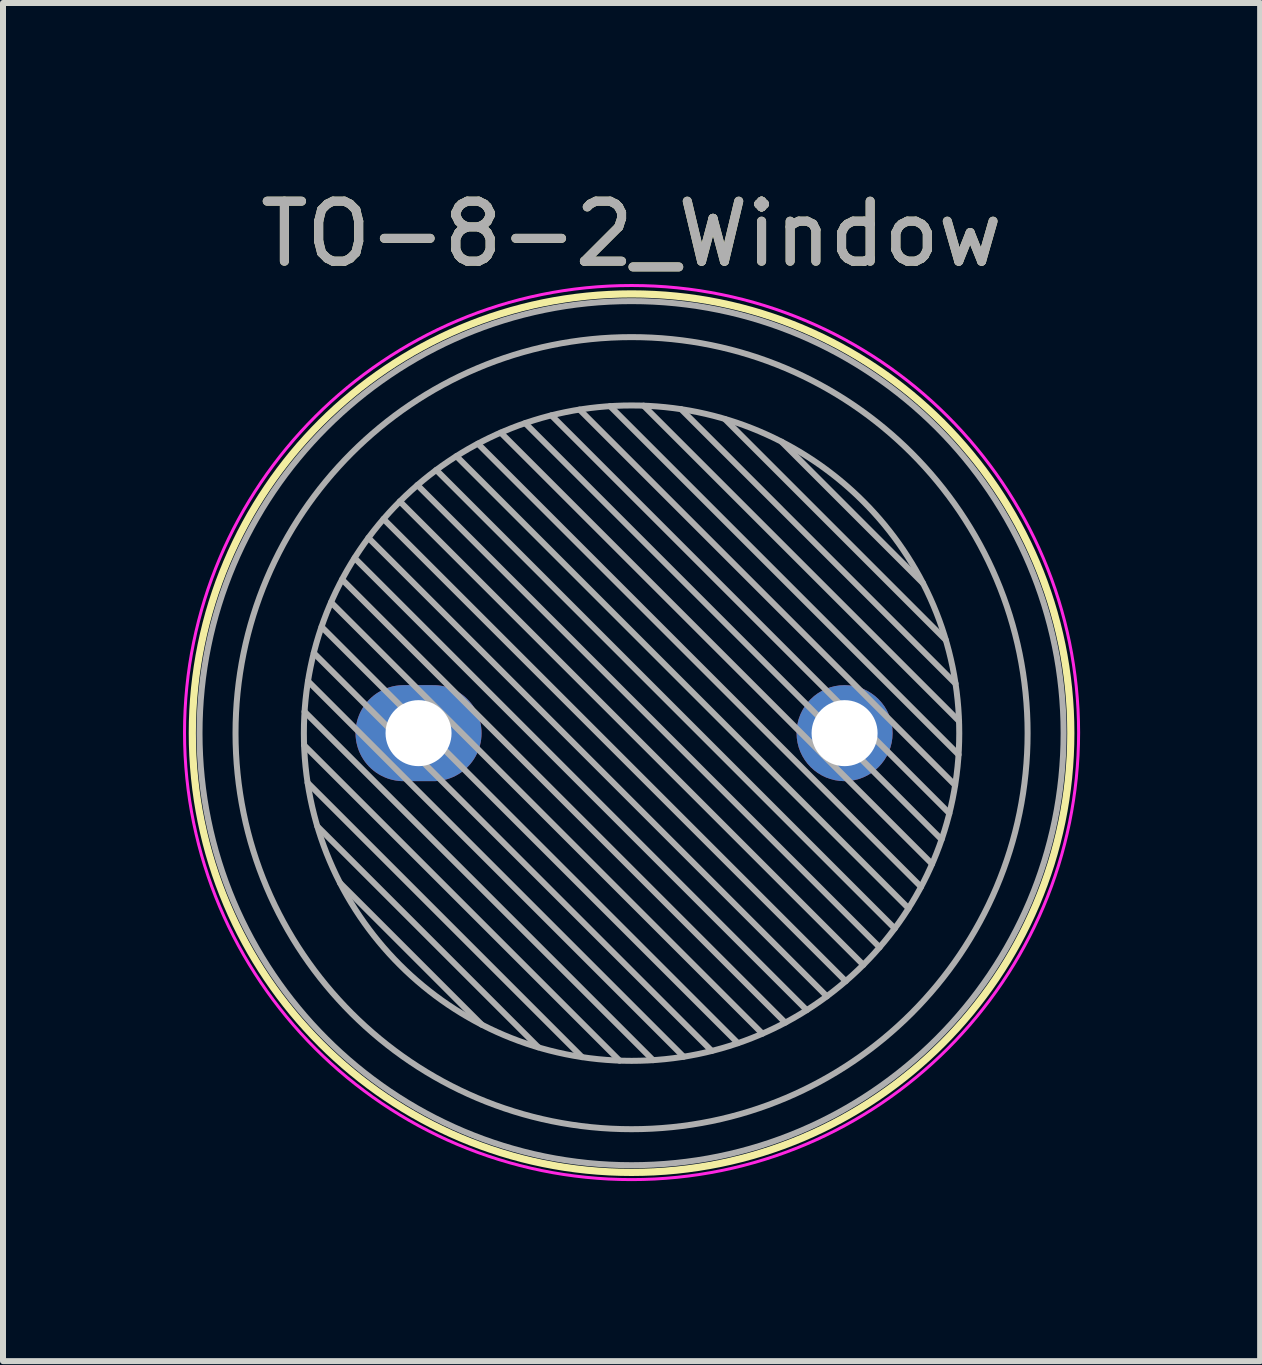
<source format=kicad_pcb>
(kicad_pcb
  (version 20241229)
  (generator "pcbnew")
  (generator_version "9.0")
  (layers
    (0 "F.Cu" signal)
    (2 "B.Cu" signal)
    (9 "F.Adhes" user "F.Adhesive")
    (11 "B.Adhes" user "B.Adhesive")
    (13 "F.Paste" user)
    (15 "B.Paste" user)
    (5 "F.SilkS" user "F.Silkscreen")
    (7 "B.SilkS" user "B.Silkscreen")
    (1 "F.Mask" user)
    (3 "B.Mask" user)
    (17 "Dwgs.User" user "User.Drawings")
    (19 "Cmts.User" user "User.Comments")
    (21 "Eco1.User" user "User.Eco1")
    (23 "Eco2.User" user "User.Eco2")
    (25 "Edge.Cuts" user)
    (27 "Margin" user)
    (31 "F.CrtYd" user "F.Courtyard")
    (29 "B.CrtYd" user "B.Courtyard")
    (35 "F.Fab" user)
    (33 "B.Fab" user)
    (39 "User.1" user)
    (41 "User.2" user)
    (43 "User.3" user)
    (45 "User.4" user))
  (footprint "TO-8-2_Window"
    (layer "F.Cu")
    (at 3.925 9.168)
    (property "Reference" "TO-8-2_Window" (at 3.55 -8.32 0) (layer "F.SilkS") (effects (font (size 1 1) (thickness 0.15))))
    (attr through_hole)
    (fp_circle (center 3.55 0) (end 10.87 0) (stroke (width 0.12) (type solid)) (fill no) (layer "F.SilkS"))
    (fp_circle (center 3.55 -0.01) (end 11 -0.01) (stroke (width 0.05) (type solid)) (fill no) (layer "F.CrtYd"))
    (fp_line (start -1.908 0.2) (end 3.35 5.458) (stroke (width 0.1) (type solid)) (layer "F.Fab"))
    (fp_line (start -1.9 -0.359) (end 3.909 5.45) (stroke (width 0.1) (type solid)) (layer "F.Fab"))
    (fp_line (start -1.849 0.825) (end 2.725 5.399) (stroke (width 0.1) (type solid)) (layer "F.Fab"))
    (fp_line (start -1.842 -0.867) (end 4.417 5.392) (stroke (width 0.1) (type solid)) (layer "F.Fab"))
    (fp_line (start -1.746 -1.336) (end 4.886 5.296) (stroke (width 0.1) (type solid)) (layer "F.Fab"))
    (fp_line (start -1.686 1.553) (end 1.997 5.236) (stroke (width 0.1) (type solid)) (layer "F.Fab"))
    (fp_line (start -1.616 -1.772) (end 5.322 5.166) (stroke (width 0.1) (type solid)) (layer "F.Fab"))
    (fp_line (start -1.458 -2.18) (end 5.73 5.008) (stroke (width 0.1) (type solid)) (layer "F.Fab"))
    (fp_line (start -1.307 2.498) (end 1.052 4.857) (stroke (width 0.1) (type solid)) (layer "F.Fab"))
    (fp_line (start -1.274 -2.561) (end 6.111 4.824) (stroke (width 0.1) (type solid)) (layer "F.Fab"))
    (fp_line (start -1.066 -2.919) (end 6.469 4.616) (stroke (width 0.1) (type solid)) (layer "F.Fab"))
    (fp_line (start -0.836 -3.255) (end 6.805 4.386) (stroke (width 0.1) (type solid)) (layer "F.Fab"))
    (fp_line (start -0.584 -3.569) (end 7.119 4.134) (stroke (width 0.1) (type solid)) (layer "F.Fab"))
    (fp_line (start -0.312 -3.862) (end 7.412 3.862) (stroke (width 0.1) (type solid)) (layer "F.Fab"))
    (fp_line (start -0.019 -4.134) (end 7.684 3.569) (stroke (width 0.1) (type solid)) (layer "F.Fab"))
    (fp_line (start 0.295 -4.386) (end 7.936 3.255) (stroke (width 0.1) (type solid)) (layer "F.Fab"))
    (fp_line (start 0.631 -4.616) (end 8.166 2.919) (stroke (width 0.1) (type solid)) (layer "F.Fab"))
    (fp_line (start 0.989 -4.824) (end 8.374 2.561) (stroke (width 0.1) (type solid)) (layer "F.Fab"))
    (fp_line (start 1.37 -5.008) (end 8.558 2.18) (stroke (width 0.1) (type solid)) (layer "F.Fab"))
    (fp_line (start 1.778 -5.166) (end 8.716 1.772) (stroke (width 0.1) (type solid)) (layer "F.Fab"))
    (fp_line (start 2.214 -5.296) (end 8.846 1.336) (stroke (width 0.1) (type solid)) (layer "F.Fab"))
    (fp_line (start 2.683 -5.392) (end 8.942 0.867) (stroke (width 0.1) (type solid)) (layer "F.Fab"))
    (fp_line (start 3.191 -5.45) (end 9 0.359) (stroke (width 0.1) (type solid)) (layer "F.Fab"))
    (fp_line (start 3.75 -5.458) (end 9.008 -0.2) (stroke (width 0.1) (type solid)) (layer "F.Fab"))
    (fp_line (start 4.375 -5.399) (end 8.949 -0.825) (stroke (width 0.1) (type solid)) (layer "F.Fab"))
    (fp_line (start 5.103 -5.236) (end 8.786 -1.553) (stroke (width 0.1) (type solid)) (layer "F.Fab"))
    (fp_line (start 6.048 -4.857) (end 8.407 -2.498) (stroke (width 0.1) (type solid)) (layer "F.Fab"))
    (fp_circle (center 3.55 0) (end 9.011 0) (stroke (width 0.1) (type solid)) (fill no) (layer "F.Fab"))
    (fp_circle (center 3.55 0) (end 10.15 0) (stroke (width 0.1) (type solid)) (fill no) (layer "F.Fab"))
    (fp_circle (center 3.55 0) (end 10.75 0) (stroke (width 0.1) (type solid)) (fill no) (layer "F.Fab"))
    (fp_text user "${REFERENCE}" (at 3.55 -8.32 0) (layer "F.Fab") (effects (font (size 1 1) (thickness 0.15))))
    (pad "1" thru_hole oval (at 0 0) (size 2.1 1.6) (drill 1.1) (layers "*.Cu" "*.Mask"))
    (pad "2" thru_hole oval (at 7.1 0) (size 1.6 1.6) (drill 1.1) (layers "*.Cu" "*.Mask")))
  (gr_rect
    (start -3 -3)
    (end 17.95 19.633)
    (stroke (width 0.1) (type default))
    (fill no)
    (layer "Edge.Cuts")))
</source>
